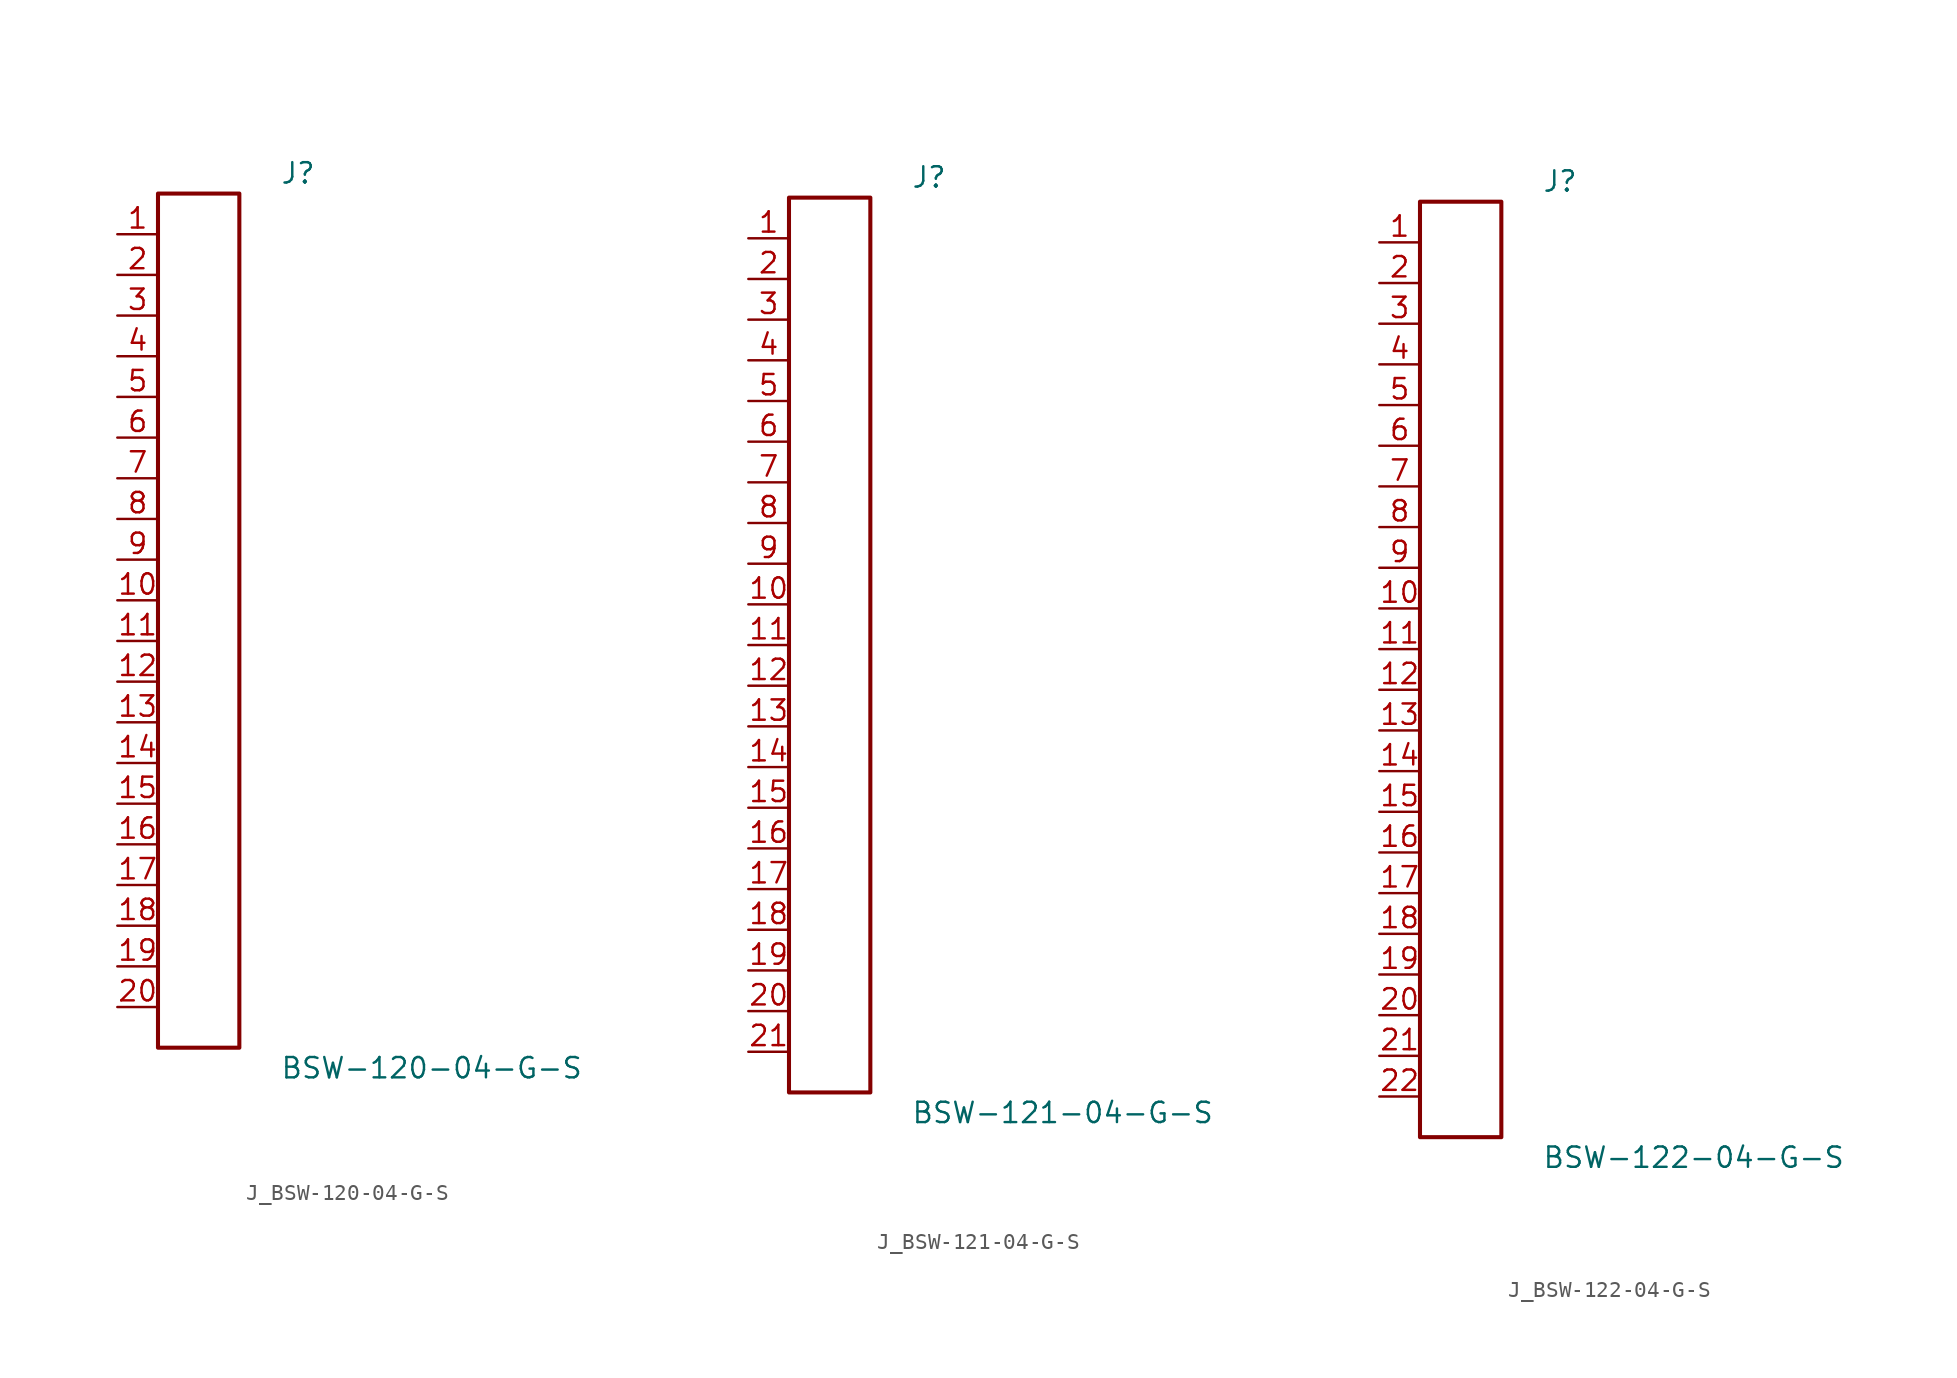
<source format=kicad_sym>
(kicad_symbol_lib
  (version 20231120)
  (generator kicad_symbol_editor)
  (generator_version 8.0)
  (symbol "J_BSW-120-04-G-S"
    (pin_names
      (offset 0.254))
    (property "Reference" "J"
      (at 5.08 27.94 0)
      (effects (font (size 1.27 1.27)) (justify left)))
    (property "Value" "BSW-120-04-G-S"
      (at 5.08 -27.94 0)
      (effects (font (size 1.27 1.27)) (justify left)))
    (symbol "J_BSW-120-04-G-S_0_0"
      (pin unspecified line (at -5.08 24.13 0) (length 2.54) (name "" (effects (font (size 1.27 1.27)))) (number "1" (effects (font (size 1.27 1.27)))))
      (pin unspecified line (at -5.08 21.59 0) (length 2.54) (name "" (effects (font (size 1.27 1.27)))) (number "2" (effects (font (size 1.27 1.27)))))
      (pin unspecified line (at -5.08 19.05 0) (length 2.54) (name "" (effects (font (size 1.27 1.27)))) (number "3" (effects (font (size 1.27 1.27)))))
      (pin unspecified line (at -5.08 16.51 0) (length 2.54) (name "" (effects (font (size 1.27 1.27)))) (number "4" (effects (font (size 1.27 1.27)))))
      (pin unspecified line (at -5.08 13.97 0) (length 2.54) (name "" (effects (font (size 1.27 1.27)))) (number "5" (effects (font (size 1.27 1.27)))))
      (pin unspecified line (at -5.08 11.43 0) (length 2.54) (name "" (effects (font (size 1.27 1.27)))) (number "6" (effects (font (size 1.27 1.27)))))
      (pin unspecified line (at -5.08 8.89 0) (length 2.54) (name "" (effects (font (size 1.27 1.27)))) (number "7" (effects (font (size 1.27 1.27)))))
      (pin unspecified line (at -5.08 6.35 0) (length 2.54) (name "" (effects (font (size 1.27 1.27)))) (number "8" (effects (font (size 1.27 1.27)))))
      (pin unspecified line (at -5.08 3.81 0) (length 2.54) (name "" (effects (font (size 1.27 1.27)))) (number "9" (effects (font (size 1.27 1.27)))))
      (pin unspecified line (at -5.08 1.27 0) (length 2.54) (name "" (effects (font (size 1.27 1.27)))) (number "10" (effects (font (size 1.27 1.27)))))
      (pin unspecified line (at -5.08 -1.27 0) (length 2.54) (name "" (effects (font (size 1.27 1.27)))) (number "11" (effects (font (size 1.27 1.27)))))
      (pin unspecified line (at -5.08 -3.81 0) (length 2.54) (name "" (effects (font (size 1.27 1.27)))) (number "12" (effects (font (size 1.27 1.27)))))
      (pin unspecified line (at -5.08 -6.35 0) (length 2.54) (name "" (effects (font (size 1.27 1.27)))) (number "13" (effects (font (size 1.27 1.27)))))
      (pin unspecified line (at -5.08 -8.89 0) (length 2.54) (name "" (effects (font (size 1.27 1.27)))) (number "14" (effects (font (size 1.27 1.27)))))
      (pin unspecified line (at -5.08 -11.43 0) (length 2.54) (name "" (effects (font (size 1.27 1.27)))) (number "15" (effects (font (size 1.27 1.27)))))
      (pin unspecified line (at -5.08 -13.97 0) (length 2.54) (name "" (effects (font (size 1.27 1.27)))) (number "16" (effects (font (size 1.27 1.27)))))
      (pin unspecified line (at -5.08 -16.51 0) (length 2.54) (name "" (effects (font (size 1.27 1.27)))) (number "17" (effects (font (size 1.27 1.27)))))
      (pin unspecified line (at -5.08 -19.05 0) (length 2.54) (name "" (effects (font (size 1.27 1.27)))) (number "18" (effects (font (size 1.27 1.27)))))
      (pin unspecified line (at -5.08 -21.59 0) (length 2.54) (name "" (effects (font (size 1.27 1.27)))) (number "19" (effects (font (size 1.27 1.27)))))
      (pin unspecified line (at -5.08 -24.13 0) (length 2.54) (name "" (effects (font (size 1.27 1.27)))) (number "20" (effects (font (size 1.27 1.27))))))
    (symbol "J_BSW-120-04-G-S_1_0"
      (rectangle (start -2.54 26.67) (end 2.54 -26.67) (stroke (width 0.254) (type solid)) (fill (type none)))))
  (symbol "J_BSW-121-04-G-S"
    (pin_names
      (offset 0.254))
    (property "Reference" "J"
      (at 5.08 29.21 0)
      (effects (font (size 1.27 1.27)) (justify left)))
    (property "Value" "BSW-121-04-G-S"
      (at 5.08 -29.21 0)
      (effects (font (size 1.27 1.27)) (justify left)))
    (symbol "J_BSW-121-04-G-S_0_0"
      (pin unspecified line (at -5.08 25.4 0) (length 2.54) (name "" (effects (font (size 1.27 1.27)))) (number "1" (effects (font (size 1.27 1.27)))))
      (pin unspecified line (at -5.08 22.86 0) (length 2.54) (name "" (effects (font (size 1.27 1.27)))) (number "2" (effects (font (size 1.27 1.27)))))
      (pin unspecified line (at -5.08 20.32 0) (length 2.54) (name "" (effects (font (size 1.27 1.27)))) (number "3" (effects (font (size 1.27 1.27)))))
      (pin unspecified line (at -5.08 17.78 0) (length 2.54) (name "" (effects (font (size 1.27 1.27)))) (number "4" (effects (font (size 1.27 1.27)))))
      (pin unspecified line (at -5.08 15.24 0) (length 2.54) (name "" (effects (font (size 1.27 1.27)))) (number "5" (effects (font (size 1.27 1.27)))))
      (pin unspecified line (at -5.08 12.7 0) (length 2.54) (name "" (effects (font (size 1.27 1.27)))) (number "6" (effects (font (size 1.27 1.27)))))
      (pin unspecified line (at -5.08 10.16 0) (length 2.54) (name "" (effects (font (size 1.27 1.27)))) (number "7" (effects (font (size 1.27 1.27)))))
      (pin unspecified line (at -5.08 7.62 0) (length 2.54) (name "" (effects (font (size 1.27 1.27)))) (number "8" (effects (font (size 1.27 1.27)))))
      (pin unspecified line (at -5.08 5.08 0) (length 2.54) (name "" (effects (font (size 1.27 1.27)))) (number "9" (effects (font (size 1.27 1.27)))))
      (pin unspecified line (at -5.08 2.54 0) (length 2.54) (name "" (effects (font (size 1.27 1.27)))) (number "10" (effects (font (size 1.27 1.27)))))
      (pin unspecified line (at -5.08 0.0 0) (length 2.54) (name "" (effects (font (size 1.27 1.27)))) (number "11" (effects (font (size 1.27 1.27)))))
      (pin unspecified line (at -5.08 -2.54 0) (length 2.54) (name "" (effects (font (size 1.27 1.27)))) (number "12" (effects (font (size 1.27 1.27)))))
      (pin unspecified line (at -5.08 -5.08 0) (length 2.54) (name "" (effects (font (size 1.27 1.27)))) (number "13" (effects (font (size 1.27 1.27)))))
      (pin unspecified line (at -5.08 -7.62 0) (length 2.54) (name "" (effects (font (size 1.27 1.27)))) (number "14" (effects (font (size 1.27 1.27)))))
      (pin unspecified line (at -5.08 -10.16 0) (length 2.54) (name "" (effects (font (size 1.27 1.27)))) (number "15" (effects (font (size 1.27 1.27)))))
      (pin unspecified line (at -5.08 -12.7 0) (length 2.54) (name "" (effects (font (size 1.27 1.27)))) (number "16" (effects (font (size 1.27 1.27)))))
      (pin unspecified line (at -5.08 -15.24 0) (length 2.54) (name "" (effects (font (size 1.27 1.27)))) (number "17" (effects (font (size 1.27 1.27)))))
      (pin unspecified line (at -5.08 -17.78 0) (length 2.54) (name "" (effects (font (size 1.27 1.27)))) (number "18" (effects (font (size 1.27 1.27)))))
      (pin unspecified line (at -5.08 -20.32 0) (length 2.54) (name "" (effects (font (size 1.27 1.27)))) (number "19" (effects (font (size 1.27 1.27)))))
      (pin unspecified line (at -5.08 -22.86 0) (length 2.54) (name "" (effects (font (size 1.27 1.27)))) (number "20" (effects (font (size 1.27 1.27)))))
      (pin unspecified line (at -5.08 -25.4 0) (length 2.54) (name "" (effects (font (size 1.27 1.27)))) (number "21" (effects (font (size 1.27 1.27))))))
    (symbol "J_BSW-121-04-G-S_1_0"
      (rectangle (start -2.54 27.94) (end 2.54 -27.94) (stroke (width 0.254) (type solid)) (fill (type none)))))
  (symbol "J_BSW-122-04-G-S"
    (pin_names
      (offset 0.254))
    (property "Reference" "J"
      (at 5.08 30.48 0)
      (effects (font (size 1.27 1.27)) (justify left)))
    (property "Value" "BSW-122-04-G-S"
      (at 5.08 -30.48 0)
      (effects (font (size 1.27 1.27)) (justify left)))
    (symbol "J_BSW-122-04-G-S_0_0"
      (pin unspecified line (at -5.08 26.67 0) (length 2.54) (name "" (effects (font (size 1.27 1.27)))) (number "1" (effects (font (size 1.27 1.27)))))
      (pin unspecified line (at -5.08 24.13 0) (length 2.54) (name "" (effects (font (size 1.27 1.27)))) (number "2" (effects (font (size 1.27 1.27)))))
      (pin unspecified line (at -5.08 21.59 0) (length 2.54) (name "" (effects (font (size 1.27 1.27)))) (number "3" (effects (font (size 1.27 1.27)))))
      (pin unspecified line (at -5.08 19.05 0) (length 2.54) (name "" (effects (font (size 1.27 1.27)))) (number "4" (effects (font (size 1.27 1.27)))))
      (pin unspecified line (at -5.08 16.51 0) (length 2.54) (name "" (effects (font (size 1.27 1.27)))) (number "5" (effects (font (size 1.27 1.27)))))
      (pin unspecified line (at -5.08 13.97 0) (length 2.54) (name "" (effects (font (size 1.27 1.27)))) (number "6" (effects (font (size 1.27 1.27)))))
      (pin unspecified line (at -5.08 11.43 0) (length 2.54) (name "" (effects (font (size 1.27 1.27)))) (number "7" (effects (font (size 1.27 1.27)))))
      (pin unspecified line (at -5.08 8.89 0) (length 2.54) (name "" (effects (font (size 1.27 1.27)))) (number "8" (effects (font (size 1.27 1.27)))))
      (pin unspecified line (at -5.08 6.35 0) (length 2.54) (name "" (effects (font (size 1.27 1.27)))) (number "9" (effects (font (size 1.27 1.27)))))
      (pin unspecified line (at -5.08 3.81 0) (length 2.54) (name "" (effects (font (size 1.27 1.27)))) (number "10" (effects (font (size 1.27 1.27)))))
      (pin unspecified line (at -5.08 1.27 0) (length 2.54) (name "" (effects (font (size 1.27 1.27)))) (number "11" (effects (font (size 1.27 1.27)))))
      (pin unspecified line (at -5.08 -1.27 0) (length 2.54) (name "" (effects (font (size 1.27 1.27)))) (number "12" (effects (font (size 1.27 1.27)))))
      (pin unspecified line (at -5.08 -3.81 0) (length 2.54) (name "" (effects (font (size 1.27 1.27)))) (number "13" (effects (font (size 1.27 1.27)))))
      (pin unspecified line (at -5.08 -6.35 0) (length 2.54) (name "" (effects (font (size 1.27 1.27)))) (number "14" (effects (font (size 1.27 1.27)))))
      (pin unspecified line (at -5.08 -8.89 0) (length 2.54) (name "" (effects (font (size 1.27 1.27)))) (number "15" (effects (font (size 1.27 1.27)))))
      (pin unspecified line (at -5.08 -11.43 0) (length 2.54) (name "" (effects (font (size 1.27 1.27)))) (number "16" (effects (font (size 1.27 1.27)))))
      (pin unspecified line (at -5.08 -13.97 0) (length 2.54) (name "" (effects (font (size 1.27 1.27)))) (number "17" (effects (font (size 1.27 1.27)))))
      (pin unspecified line (at -5.08 -16.51 0) (length 2.54) (name "" (effects (font (size 1.27 1.27)))) (number "18" (effects (font (size 1.27 1.27)))))
      (pin unspecified line (at -5.08 -19.05 0) (length 2.54) (name "" (effects (font (size 1.27 1.27)))) (number "19" (effects (font (size 1.27 1.27)))))
      (pin unspecified line (at -5.08 -21.59 0) (length 2.54) (name "" (effects (font (size 1.27 1.27)))) (number "20" (effects (font (size 1.27 1.27)))))
      (pin unspecified line (at -5.08 -24.13 0) (length 2.54) (name "" (effects (font (size 1.27 1.27)))) (number "21" (effects (font (size 1.27 1.27)))))
      (pin unspecified line (at -5.08 -26.67 0) (length 2.54) (name "" (effects (font (size 1.27 1.27)))) (number "22" (effects (font (size 1.27 1.27))))))
    (symbol "J_BSW-122-04-G-S_1_0"
      (rectangle (start -2.54 29.21) (end 2.54 -29.21) (stroke (width 0.254) (type solid)) (fill (type none))))))
</source>
